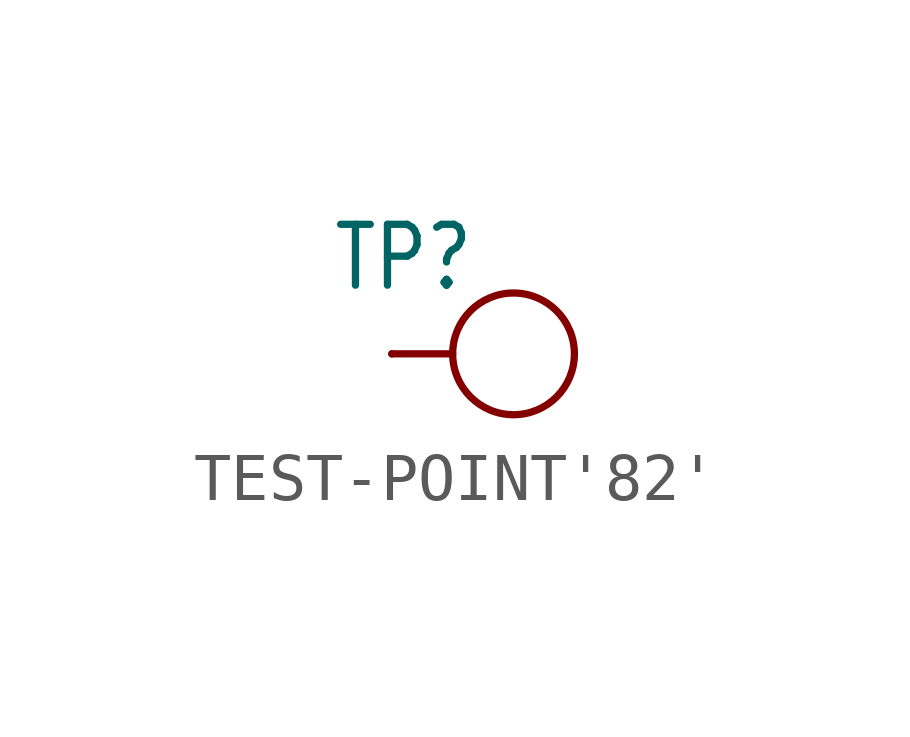
<source format=kicad_sym>
(kicad_symbol_lib
  (version 20211014)
  (generator kicad_symbol_editor)
  (symbol "TEST-POINT'82'"
    (property "Reference" "TP"
      (at -3.81 1.27 0)
      (effects (font (size 1.27 1.079)) (justify left bottom)))
    (property "ki_locked" ""
      (at 0 0 0)
      (effects (font (size 1.27 1.27))))
    (symbol "TEST-POINT'82'_1_0"
      (polyline (pts (xy -2.54 0) (xy -1.27 0)) (stroke (width 0.152) (type default) (color 0 0 0 0)) (fill (type none)))
      (circle (center 0 0) (radius 1.27) (stroke (width 0.152) (type default) (color 0 0 0 0)) (fill (type none)))
      (pin bidirectional line (at -2.54 0 0) (length 0) (name "T" (effects (font (size 0 0)))) (number "T" (effects (font (size 0 0))))))))
</source>
